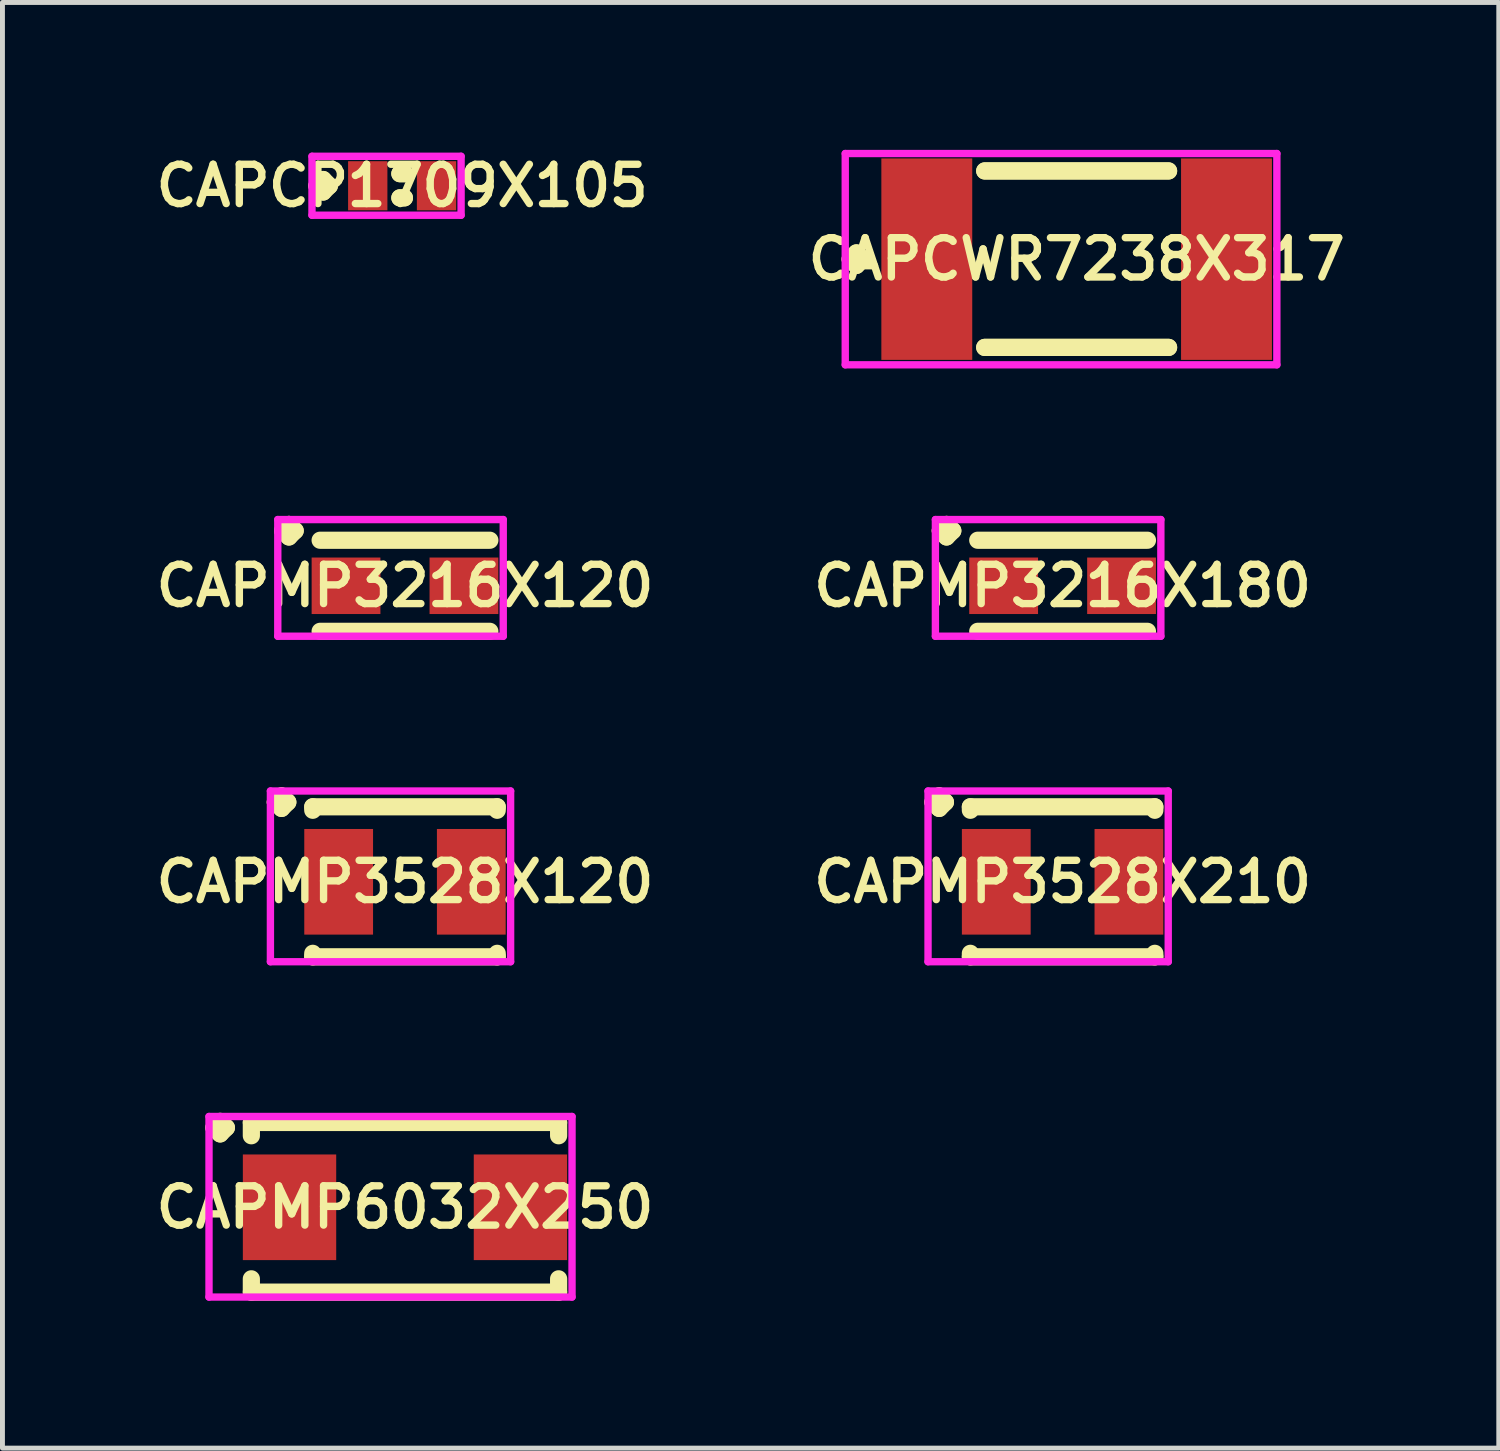
<source format=kicad_pcb>
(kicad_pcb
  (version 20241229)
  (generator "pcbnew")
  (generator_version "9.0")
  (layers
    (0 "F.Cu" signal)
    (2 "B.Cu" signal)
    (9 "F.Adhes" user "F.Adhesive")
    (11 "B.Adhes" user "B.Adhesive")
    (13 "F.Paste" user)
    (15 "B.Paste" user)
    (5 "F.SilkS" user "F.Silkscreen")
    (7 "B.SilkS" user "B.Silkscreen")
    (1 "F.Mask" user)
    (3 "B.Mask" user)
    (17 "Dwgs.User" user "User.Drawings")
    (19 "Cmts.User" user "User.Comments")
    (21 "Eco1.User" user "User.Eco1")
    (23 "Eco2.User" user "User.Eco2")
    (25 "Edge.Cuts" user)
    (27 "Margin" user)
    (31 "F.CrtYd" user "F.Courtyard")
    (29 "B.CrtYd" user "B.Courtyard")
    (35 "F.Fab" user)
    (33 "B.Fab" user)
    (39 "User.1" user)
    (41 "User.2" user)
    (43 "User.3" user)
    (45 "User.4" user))
  (footprint "CAPMP3216X120"
    (layer "F.Cu")
    (at 5.193 8.873)
    (property "Reference" "CAPMP3216X120" (at 0 0 0) (layer "F.SilkS") (effects (font (size 0.8 0.8) (thickness 0.15))))
    (attr smd)
    (fp_line (start -2.489 -1.121) (end -2.362 -1.248) (stroke (width 0.35) (type solid)) (layer "F.SilkS"))
    (fp_line (start -2.362 -1.248) (end -2.235 -1.121) (stroke (width 0.35) (type solid)) (layer "F.SilkS"))
    (fp_line (start -2.362 -0.994) (end -2.489 -1.121) (stroke (width 0.35) (type solid)) (layer "F.SilkS"))
    (fp_line (start -2.235 -1.121) (end -2.362 -0.994) (stroke (width 0.35) (type solid)) (layer "F.SilkS"))
    (fp_line (start -1.727 -0.927) (end 1.727 -0.927) (stroke (width 0.35) (type solid)) (layer "F.SilkS"))
    (fp_line (start -1.727 0.927) (end 1.727 0.927) (stroke (width 0.35) (type solid)) (layer "F.SilkS"))
    (fp_line (start -2.589 -1.348) (end 2 -1.348) (stroke (width 0.15) (type solid)) (layer "F.CrtYd"))
    (fp_line (start -2.589 1.027) (end -2.589 -1.348) (stroke (width 0.15) (type solid)) (layer "F.CrtYd"))
    (fp_line (start 2 -1.348) (end 2 1.027) (stroke (width 0.15) (type solid)) (layer "F.CrtYd"))
    (fp_line (start 2 1.027) (end -2.589 1.027) (stroke (width 0.15) (type solid)) (layer "F.CrtYd"))
    (pad "1" smd rect (at -1.2 0) (size 1.4 1.15) (layers "F.Cu" "F.Mask" "F.Paste"))
    (pad "2" smd rect (at 1.2 0) (size 1.4 1.15) (layers "F.Cu" "F.Mask" "F.Paste")))
  (footprint "CAPMP3528X210"
    (layer "F.Cu")
    (at 18.578 14.898)
    (property "Reference" "CAPMP3528X210" (at 0 0 0) (layer "F.SilkS") (effects (font (size 0.8 0.8) (thickness 0.15))))
    (attr smd)
    (fp_line (start -2.639 -1.621) (end -2.512 -1.748) (stroke (width 0.35) (type solid)) (layer "F.SilkS"))
    (fp_line (start -2.512 -1.748) (end -2.385 -1.621) (stroke (width 0.35) (type solid)) (layer "F.SilkS"))
    (fp_line (start -2.512 -1.494) (end -2.639 -1.621) (stroke (width 0.35) (type solid)) (layer "F.SilkS"))
    (fp_line (start -2.385 -1.621) (end -2.512 -1.494) (stroke (width 0.35) (type solid)) (layer "F.SilkS"))
    (fp_line (start -1.877 -1.527) (end 1.877 -1.527) (stroke (width 0.35) (type solid)) (layer "F.SilkS"))
    (fp_line (start -1.877 -1.456) (end -1.877 -1.527) (stroke (width 0.35) (type solid)) (layer "F.SilkS"))
    (fp_line (start -1.877 1.456) (end -1.877 1.527) (stroke (width 0.35) (type solid)) (layer "F.SilkS"))
    (fp_line (start -1.877 1.527) (end 1.877 1.527) (stroke (width 0.35) (type solid)) (layer "F.SilkS"))
    (fp_line (start 1.877 -1.527) (end 1.877 -1.456) (stroke (width 0.35) (type solid)) (layer "F.SilkS"))
    (fp_line (start 1.877 1.527) (end 1.877 1.456) (stroke (width 0.35) (type solid)) (layer "F.SilkS"))
    (fp_line (start -2.739 -1.848) (end 2.15 -1.848) (stroke (width 0.15) (type solid)) (layer "F.CrtYd"))
    (fp_line (start -2.739 1.627) (end -2.739 -1.848) (stroke (width 0.15) (type solid)) (layer "F.CrtYd"))
    (fp_line (start 2.15 -1.848) (end 2.15 1.627) (stroke (width 0.15) (type solid)) (layer "F.CrtYd"))
    (fp_line (start 2.15 1.627) (end -2.739 1.627) (stroke (width 0.15) (type solid)) (layer "F.CrtYd"))
    (pad "1" smd rect (at -1.35 0) (size 1.4 2.15) (layers "F.Cu" "F.Mask" "F.Paste"))
    (pad "2" smd rect (at 1.35 0) (size 1.4 2.15) (layers "F.Cu" "F.Mask" "F.Paste")))
  (footprint "CAPMP3216X180"
    (layer "F.Cu")
    (at 18.578 8.873)
    (property "Reference" "CAPMP3216X180" (at 0 0 0) (layer "F.SilkS") (effects (font (size 0.8 0.8) (thickness 0.15))))
    (attr smd)
    (fp_line (start -2.489 -1.121) (end -2.362 -1.248) (stroke (width 0.35) (type solid)) (layer "F.SilkS"))
    (fp_line (start -2.362 -1.248) (end -2.235 -1.121) (stroke (width 0.35) (type solid)) (layer "F.SilkS"))
    (fp_line (start -2.362 -0.994) (end -2.489 -1.121) (stroke (width 0.35) (type solid)) (layer "F.SilkS"))
    (fp_line (start -2.235 -1.121) (end -2.362 -0.994) (stroke (width 0.35) (type solid)) (layer "F.SilkS"))
    (fp_line (start -1.727 -0.927) (end 1.727 -0.927) (stroke (width 0.35) (type solid)) (layer "F.SilkS"))
    (fp_line (start -1.727 0.927) (end 1.727 0.927) (stroke (width 0.35) (type solid)) (layer "F.SilkS"))
    (fp_line (start -2.589 -1.348) (end 2 -1.348) (stroke (width 0.15) (type solid)) (layer "F.CrtYd"))
    (fp_line (start -2.589 1.027) (end -2.589 -1.348) (stroke (width 0.15) (type solid)) (layer "F.CrtYd"))
    (fp_line (start 2 -1.348) (end 2 1.027) (stroke (width 0.15) (type solid)) (layer "F.CrtYd"))
    (fp_line (start 2 1.027) (end -2.589 1.027) (stroke (width 0.15) (type solid)) (layer "F.CrtYd"))
    (pad "1" smd rect (at -1.2 0) (size 1.4 1.15) (layers "F.Cu" "F.Mask" "F.Paste"))
    (pad "2" smd rect (at 1.2 0) (size 1.4 1.15) (layers "F.Cu" "F.Mask" "F.Paste")))
  (footprint "CAPCP1709X105"
    (layer "F.Cu")
    (at 5.135 0.731)
    (property "Reference" "CAPCP1709X105" (at 0 0 0) (layer "F.SilkS") (effects (font (size 0.8 0.8) (thickness 0.15))))
    (attr through_hole)
    (fp_line (start -1.735 0) (end -1.608 -0.127) (stroke (width 0.35) (type solid)) (layer "F.SilkS"))
    (fp_line (start -1.608 -0.127) (end -1.481 0) (stroke (width 0.35) (type solid)) (layer "F.SilkS"))
    (fp_line (start -1.608 0.127) (end -1.735 0) (stroke (width 0.35) (type solid)) (layer "F.SilkS"))
    (fp_line (start -1.481 0) (end -1.608 0.127) (stroke (width 0.35) (type solid)) (layer "F.SilkS"))
    (fp_line (start -0.046 -0.246) (end 0.046 -0.246) (stroke (width 0.35) (type solid)) (layer "F.SilkS"))
    (fp_line (start -0.046 0.246) (end 0.046 0.246) (stroke (width 0.35) (type solid)) (layer "F.SilkS"))
    (fp_line (start 0.046 -0.246) (end -0.046 -0.246) (stroke (width 0.35) (type solid)) (layer "F.SilkS"))
    (fp_line (start 0.046 0.246) (end -0.046 0.246) (stroke (width 0.35) (type solid)) (layer "F.SilkS"))
    (fp_line (start -1.835 -0.6) (end 1.2 -0.6) (stroke (width 0.15) (type solid)) (layer "F.CrtYd"))
    (fp_line (start -1.835 0.6) (end -1.835 -0.6) (stroke (width 0.15) (type solid)) (layer "F.CrtYd"))
    (fp_line (start 1.2 -0.6) (end 1.2 0.6) (stroke (width 0.15) (type solid)) (layer "F.CrtYd"))
    (fp_line (start 1.2 0.6) (end -1.835 0.6) (stroke (width 0.15) (type solid)) (layer "F.CrtYd"))
    (pad "1" smd rect (at -0.7 0) (size 0.8 1) (layers "F.Cu" "F.Mask" "F.Paste"))
    (pad "2" smd rect (at 0.7 0) (size 0.8 1) (layers "F.Cu" "F.Mask" "F.Paste")))
  (footprint "CAPMP3528X120"
    (layer "F.Cu")
    (at 5.193 14.898)
    (property "Reference" "CAPMP3528X120" (at 0 0 0) (layer "F.SilkS") (effects (font (size 0.8 0.8) (thickness 0.15))))
    (attr smd)
    (fp_line (start -2.639 -1.621) (end -2.512 -1.748) (stroke (width 0.35) (type solid)) (layer "F.SilkS"))
    (fp_line (start -2.512 -1.748) (end -2.385 -1.621) (stroke (width 0.35) (type solid)) (layer "F.SilkS"))
    (fp_line (start -2.512 -1.494) (end -2.639 -1.621) (stroke (width 0.35) (type solid)) (layer "F.SilkS"))
    (fp_line (start -2.385 -1.621) (end -2.512 -1.494) (stroke (width 0.35) (type solid)) (layer "F.SilkS"))
    (fp_line (start -1.877 -1.527) (end 1.877 -1.527) (stroke (width 0.35) (type solid)) (layer "F.SilkS"))
    (fp_line (start -1.877 -1.456) (end -1.877 -1.527) (stroke (width 0.35) (type solid)) (layer "F.SilkS"))
    (fp_line (start -1.877 1.456) (end -1.877 1.527) (stroke (width 0.35) (type solid)) (layer "F.SilkS"))
    (fp_line (start -1.877 1.527) (end 1.877 1.527) (stroke (width 0.35) (type solid)) (layer "F.SilkS"))
    (fp_line (start 1.877 -1.527) (end 1.877 -1.456) (stroke (width 0.35) (type solid)) (layer "F.SilkS"))
    (fp_line (start 1.877 1.527) (end 1.877 1.456) (stroke (width 0.35) (type solid)) (layer "F.SilkS"))
    (fp_line (start -2.739 -1.848) (end 2.15 -1.848) (stroke (width 0.15) (type solid)) (layer "F.CrtYd"))
    (fp_line (start -2.739 1.627) (end -2.739 -1.848) (stroke (width 0.15) (type solid)) (layer "F.CrtYd"))
    (fp_line (start 2.15 -1.848) (end 2.15 1.627) (stroke (width 0.15) (type solid)) (layer "F.CrtYd"))
    (fp_line (start 2.15 1.627) (end -2.739 1.627) (stroke (width 0.15) (type solid)) (layer "F.CrtYd"))
    (pad "1" smd rect (at -1.35 0) (size 1.4 2.15) (layers "F.Cu" "F.Mask" "F.Paste"))
    (pad "2" smd rect (at 1.35 0) (size 1.4 2.15) (layers "F.Cu" "F.Mask" "F.Paste")))
  (footprint "CAPMP6032X250"
    (layer "F.Cu")
    (at 5.193 21.523)
    (property "Reference" "CAPMP6032X250" (at 0 0 0) (layer "F.SilkS") (effects (font (size 0.8 0.8) (thickness 0.15))))
    (attr smd)
    (fp_line (start -3.889 -1.621) (end -3.762 -1.748) (stroke (width 0.35) (type solid)) (layer "F.SilkS"))
    (fp_line (start -3.762 -1.748) (end -3.635 -1.621) (stroke (width 0.35) (type solid)) (layer "F.SilkS"))
    (fp_line (start -3.762 -1.494) (end -3.889 -1.621) (stroke (width 0.35) (type solid)) (layer "F.SilkS"))
    (fp_line (start -3.635 -1.621) (end -3.762 -1.494) (stroke (width 0.35) (type solid)) (layer "F.SilkS"))
    (fp_line (start -3.127 -1.727) (end 3.127 -1.727) (stroke (width 0.35) (type solid)) (layer "F.SilkS"))
    (fp_line (start -3.127 -1.456) (end -3.127 -1.727) (stroke (width 0.35) (type solid)) (layer "F.SilkS"))
    (fp_line (start -3.127 1.456) (end -3.127 1.727) (stroke (width 0.35) (type solid)) (layer "F.SilkS"))
    (fp_line (start -3.127 1.727) (end 3.127 1.727) (stroke (width 0.35) (type solid)) (layer "F.SilkS"))
    (fp_line (start 3.127 -1.727) (end 3.127 -1.456) (stroke (width 0.35) (type solid)) (layer "F.SilkS"))
    (fp_line (start 3.127 1.727) (end 3.127 1.456) (stroke (width 0.35) (type solid)) (layer "F.SilkS"))
    (fp_line (start -3.989 -1.848) (end 3.4 -1.848) (stroke (width 0.15) (type solid)) (layer "F.CrtYd"))
    (fp_line (start -3.989 1.827) (end -3.989 -1.848) (stroke (width 0.15) (type solid)) (layer "F.CrtYd"))
    (fp_line (start 3.4 -1.848) (end 3.4 1.827) (stroke (width 0.15) (type solid)) (layer "F.CrtYd"))
    (fp_line (start 3.4 1.827) (end -3.989 1.827) (stroke (width 0.15) (type solid)) (layer "F.CrtYd"))
    (pad "1" smd rect (at -2.35 0) (size 1.9 2.15) (layers "F.Cu" "F.Mask" "F.Paste"))
    (pad "2" smd rect (at 2.35 0) (size 1.9 2.15) (layers "F.Cu" "F.Mask" "F.Paste")))
  (footprint "CAPCWR7238X317"
    (layer "F.Cu")
    (at 18.864 2.225)
    (property "Reference" "CAPCWR7238X317" (at 0 0 0) (layer "F.SilkS") (effects (font (size 0.8 0.8) (thickness 0.15))))
    (attr smd)
    (fp_line (start -4.61 0) (end -4.483 -0.127) (stroke (width 0.35) (type solid)) (layer "F.SilkS"))
    (fp_line (start -4.483 -0.127) (end -4.356 0) (stroke (width 0.35) (type solid)) (layer "F.SilkS"))
    (fp_line (start -4.483 0.127) (end -4.61 0) (stroke (width 0.35) (type solid)) (layer "F.SilkS"))
    (fp_line (start -4.356 0) (end -4.483 0.127) (stroke (width 0.35) (type solid)) (layer "F.SilkS"))
    (fp_line (start -1.871 -1.796) (end 1.871 -1.796) (stroke (width 0.35) (type solid)) (layer "F.SilkS"))
    (fp_line (start -1.871 1.796) (end 1.871 1.796) (stroke (width 0.35) (type solid)) (layer "F.SilkS"))
    (fp_line (start 1.871 -1.796) (end -1.871 -1.796) (stroke (width 0.35) (type solid)) (layer "F.SilkS"))
    (fp_line (start 1.871 1.796) (end -1.871 1.796) (stroke (width 0.35) (type solid)) (layer "F.SilkS"))
    (fp_line (start -4.71 -2.15) (end 4.075 -2.15) (stroke (width 0.15) (type solid)) (layer "F.CrtYd"))
    (fp_line (start -4.71 2.15) (end -4.71 -2.15) (stroke (width 0.15) (type solid)) (layer "F.CrtYd"))
    (fp_line (start 4.075 -2.15) (end 4.075 2.15) (stroke (width 0.15) (type solid)) (layer "F.CrtYd"))
    (fp_line (start 4.075 2.15) (end -4.71 2.15) (stroke (width 0.15) (type solid)) (layer "F.CrtYd"))
    (pad "1" smd rect (at -3.05 0) (size 1.85 4.1) (layers "F.Cu" "F.Mask" "F.Paste"))
    (pad "2" smd rect (at 3.05 0) (size 1.85 4.1) (layers "F.Cu" "F.Mask" "F.Paste")))
  (gr_rect
    (start -3 -3)
    (end 27.456 26.425)
    (stroke (width 0.1) (type default))
    (fill no)
    (layer "Edge.Cuts")))
</source>
